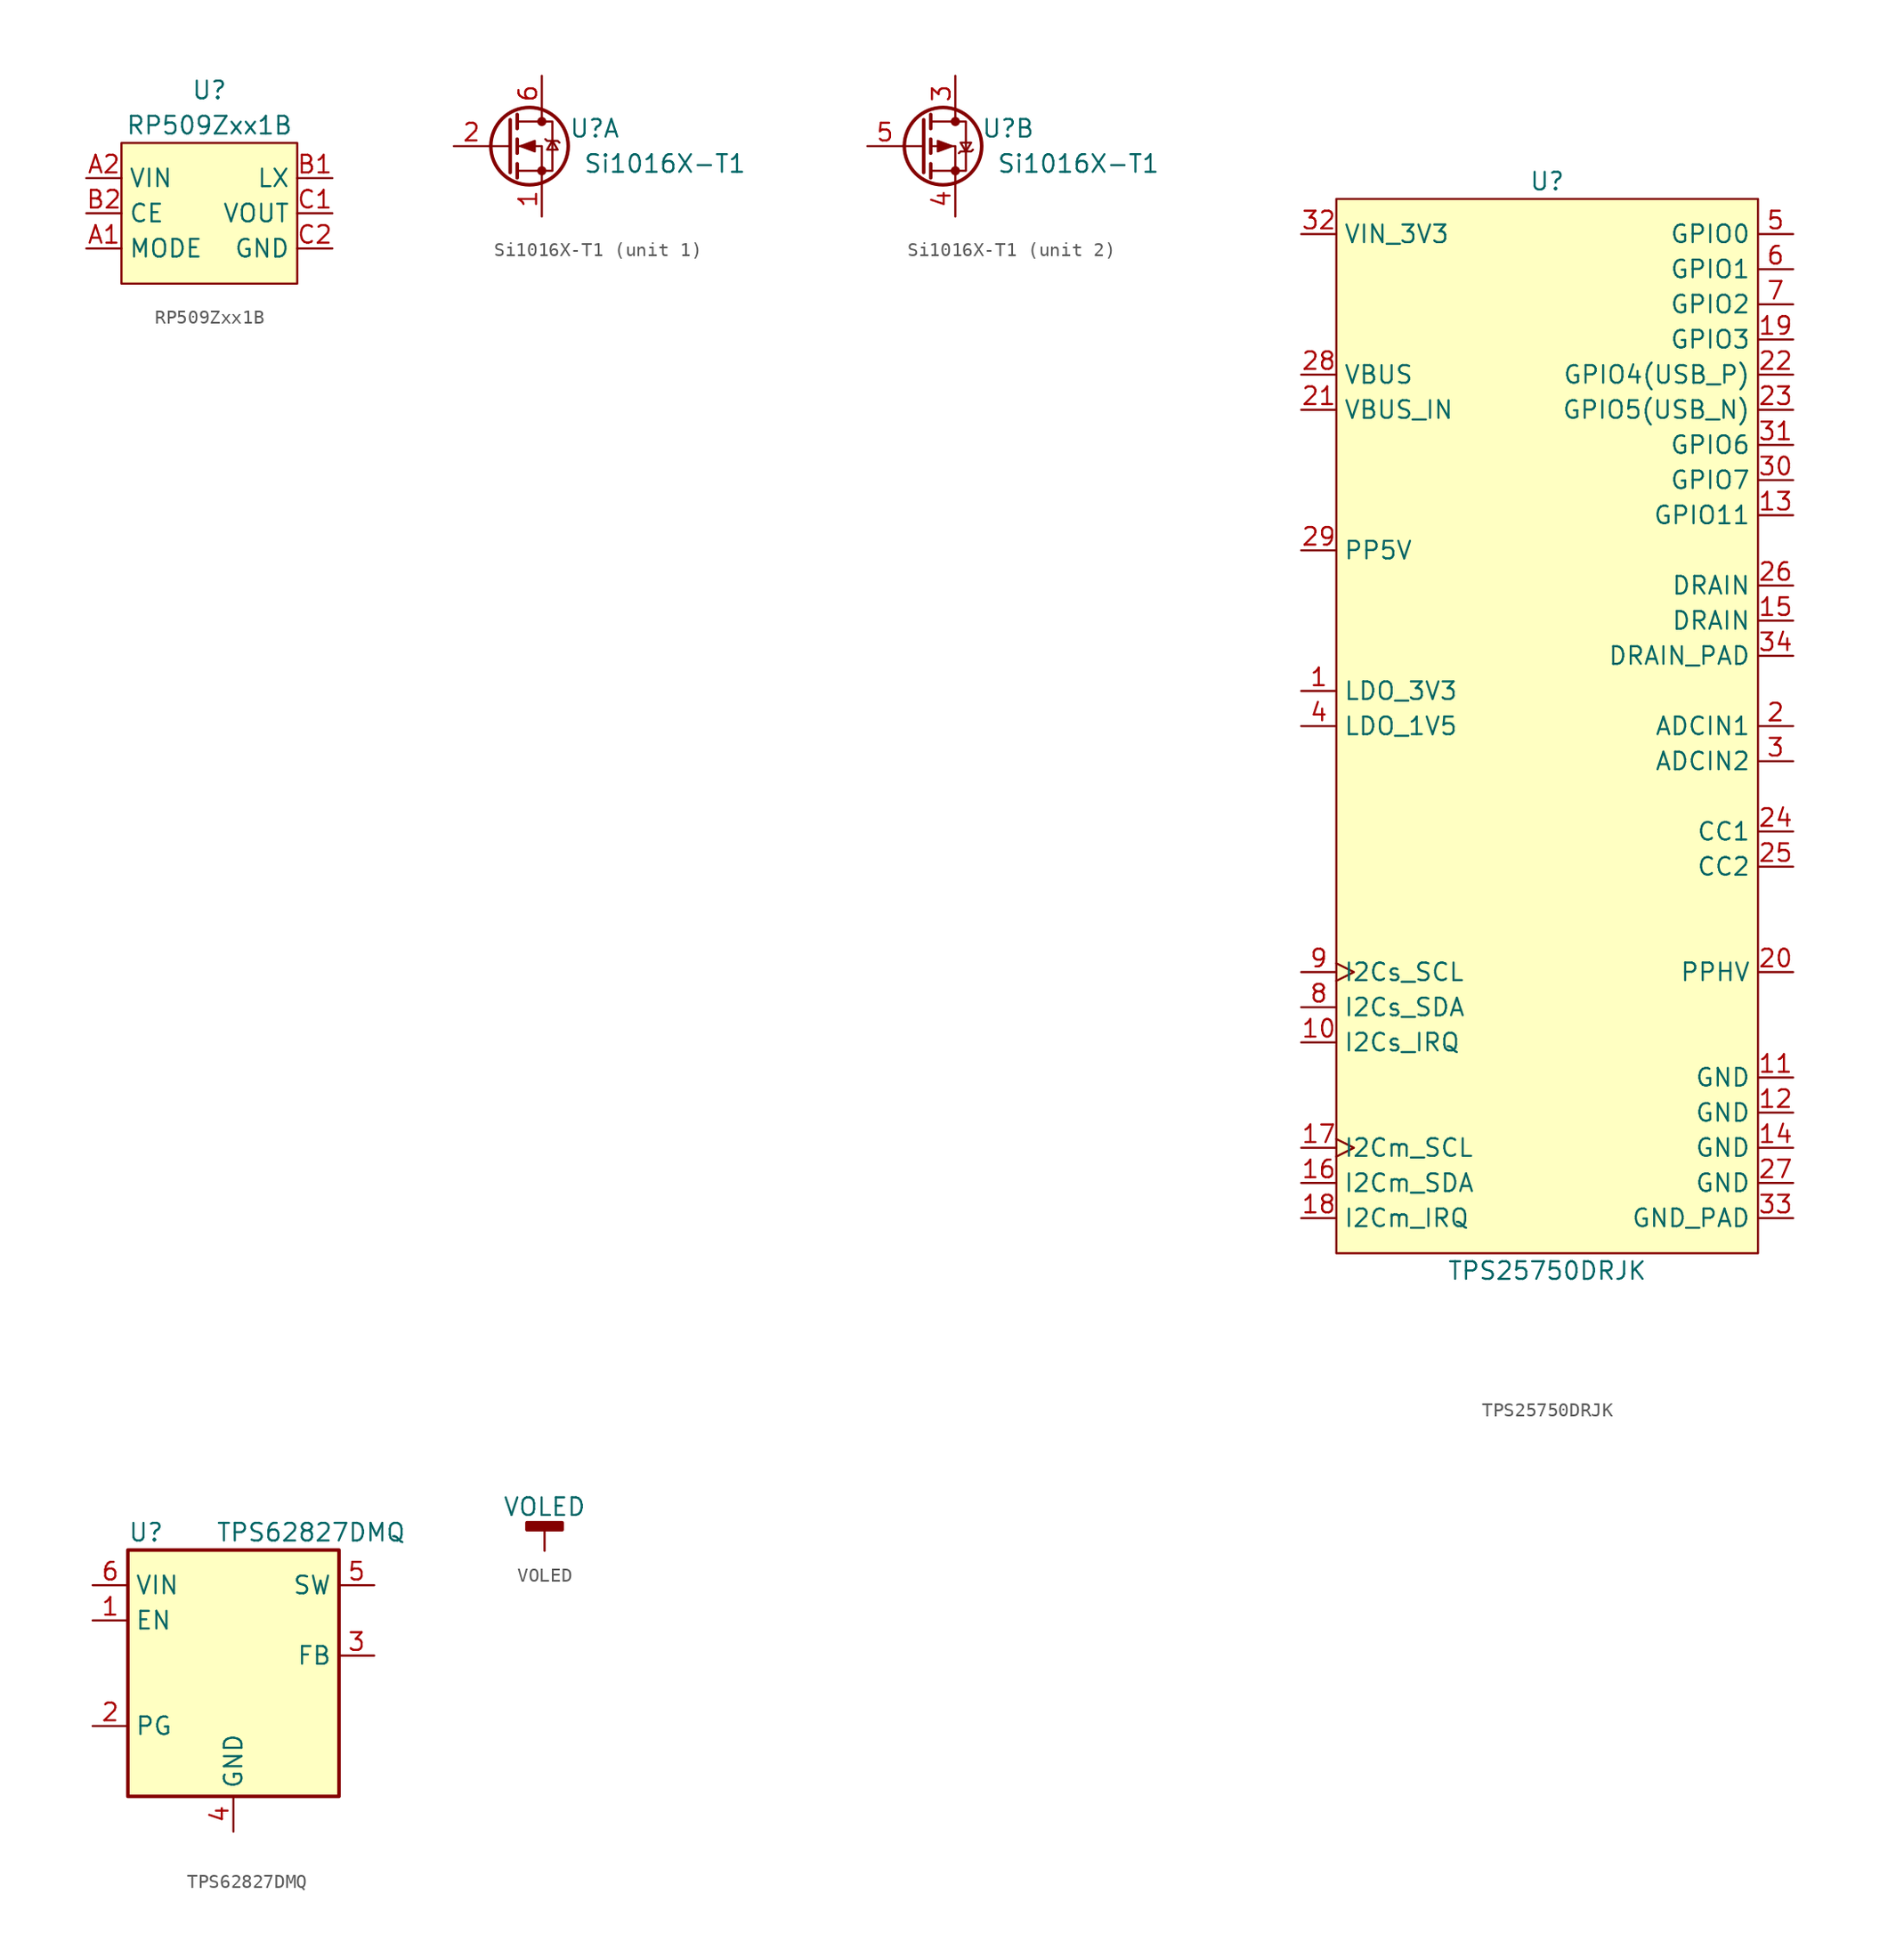
<source format=kicad_sym>
(kicad_symbol_lib
  (version 20211014)
  (generator kicad_symbol_editor)
  (symbol "RP509Zxx1B"
    (property "Reference" "U"
      (at 0 8.89 0)
      (effects (font (size 1.27 1.27))))
    (property "Value" "RP509Zxx1B"
      (at 0 6.35 0)
      (effects (font (size 1.27 1.27))))
    (symbol "RP509Zxx1B_0_1"
      (rectangle (start -6.35 5.08) (end 6.35 -5.08) (stroke (width 0) (type default) (color 0 0 0 0)) (fill (type background))))
    (symbol "RP509Zxx1B_1_1"
      (pin input line (at -8.89 -2.54 0) (length 2.54) (name "MODE" (effects (font (size 1.27 1.27)))) (number "A1" (effects (font (size 1.27 1.27)))))
      (pin input line (at -8.89 2.54 0) (length 2.54) (name "VIN" (effects (font (size 1.27 1.27)))) (number "A2" (effects (font (size 1.27 1.27)))))
      (pin input line (at 8.89 2.54 180) (length 2.54) (name "LX" (effects (font (size 1.27 1.27)))) (number "B1" (effects (font (size 1.27 1.27)))))
      (pin input line (at -8.89 0 0) (length 2.54) (name "CE" (effects (font (size 1.27 1.27)))) (number "B2" (effects (font (size 1.27 1.27)))))
      (pin input line (at 8.89 0 180) (length 2.54) (name "VOUT" (effects (font (size 1.27 1.27)))) (number "C1" (effects (font (size 1.27 1.27)))))
      (pin input line (at 8.89 -2.54 180) (length 2.54) (name "GND" (effects (font (size 1.27 1.27)))) (number "C2" (effects (font (size 1.27 1.27)))))))
  (symbol "Si1016X-T1"
    (pin_names hide)
    (property "Reference" "U"
      (at 3.81 1.27 0)
      (effects (font (size 1.27 1.27))))
    (property "Value" "Si1016X-T1"
      (at 8.89 -1.27 0)
      (effects (font (size 1.27 1.27))))
    (property "ki_locked" ""
      (at 0 0 0)
      (effects (font (size 1.27 1.27))))
    (symbol "Si1016X-T1_0_1"
      (circle (center -0.889 0) (radius 2.794) (stroke (width 0.254) (type default) (color 0 0 0 0)) (fill (type none)))
      (circle (center 0 -1.778) (radius 0.254) (stroke (width 0) (type default) (color 0 0 0 0)) (fill (type outline)))
      (polyline (pts (xy -2.286 0) (xy -3.81 0)) (stroke (width 0) (type default) (color 0 0 0 0)) (fill (type none)))
      (polyline (pts (xy -2.286 1.905) (xy -2.286 -1.905)) (stroke (width 0.254) (type default) (color 0 0 0 0)) (fill (type none)))
      (polyline (pts (xy -1.778 -1.27) (xy -1.778 -2.286)) (stroke (width 0.254) (type default) (color 0 0 0 0)) (fill (type none)))
      (polyline (pts (xy -1.778 0.508) (xy -1.778 -0.508)) (stroke (width 0.254) (type default) (color 0 0 0 0)) (fill (type none)))
      (polyline (pts (xy -1.778 2.286) (xy -1.778 1.27)) (stroke (width 0.254) (type default) (color 0 0 0 0)) (fill (type none)))
      (polyline (pts (xy 0 2.54) (xy 0 1.778)) (stroke (width 0) (type default) (color 0 0 0 0)) (fill (type none)))
      (circle (center 0 1.778) (radius 0.254) (stroke (width 0) (type default) (color 0 0 0 0)) (fill (type outline))))
    (symbol "Si1016X-T1_1_1"
      (polyline (pts (xy 0 -2.54) (xy 0 0) (xy -1.778 0)) (stroke (width 0) (type default) (color 0 0 0 0)) (fill (type none)))
      (polyline (pts (xy -1.778 -1.778) (xy 0.762 -1.778) (xy 0.762 1.778) (xy -1.778 1.778)) (stroke (width 0) (type default) (color 0 0 0 0)) (fill (type none)))
      (polyline (pts (xy -1.524 0) (xy -0.508 0.381) (xy -0.508 -0.381) (xy -1.524 0)) (stroke (width 0) (type default) (color 0 0 0 0)) (fill (type outline)))
      (polyline (pts (xy 0.254 0.508) (xy 0.381 0.381) (xy 1.143 0.381) (xy 1.27 0.254)) (stroke (width 0) (type default) (color 0 0 0 0)) (fill (type none)))
      (polyline (pts (xy 0.762 0.381) (xy 0.381 -0.254) (xy 1.143 -0.254) (xy 0.762 0.381)) (stroke (width 0) (type default) (color 0 0 0 0)) (fill (type none)))
      (pin input line (at 0 -5.08 90) (length 2.54) (name "S1" (effects (font (size 1.27 1.27)))) (number "1" (effects (font (size 1.27 1.27)))))
      (pin input line (at -6.35 0 0) (length 2.54) (name "G1" (effects (font (size 1.27 1.27)))) (number "2" (effects (font (size 1.27 1.27)))))
      (pin input line (at 0 5.08 270) (length 2.54) (name "D1" (effects (font (size 1.27 1.27)))) (number "6" (effects (font (size 1.27 1.27))))))
    (symbol "Si1016X-T1_2_1"
      (polyline (pts (xy 0 -2.54) (xy 0 0) (xy -1.778 0)) (stroke (width 0) (type default) (color 0 0 0 0)) (fill (type none)))
      (polyline (pts (xy -1.778 1.778) (xy 0.762 1.778) (xy 0.762 -1.778) (xy -1.778 -1.778)) (stroke (width 0) (type default) (color 0 0 0 0)) (fill (type none)))
      (polyline (pts (xy -0.254 0) (xy -1.27 0.381) (xy -1.27 -0.381) (xy -0.254 0)) (stroke (width 0) (type default) (color 0 0 0 0)) (fill (type outline)))
      (polyline (pts (xy 0.254 -0.508) (xy 0.381 -0.381) (xy 1.143 -0.381) (xy 1.27 -0.254)) (stroke (width 0) (type default) (color 0 0 0 0)) (fill (type none)))
      (polyline (pts (xy 0.762 -0.381) (xy 0.381 0.254) (xy 1.143 0.254) (xy 0.762 -0.381)) (stroke (width 0) (type default) (color 0 0 0 0)) (fill (type none)))
      (pin input line (at 0 5.08 270) (length 2.54) (name "D2" (effects (font (size 1.27 1.27)))) (number "3" (effects (font (size 1.27 1.27)))))
      (pin input line (at 0 -5.08 90) (length 2.54) (name "S2" (effects (font (size 1.27 1.27)))) (number "4" (effects (font (size 1.27 1.27)))))
      (pin input line (at -6.35 0 0) (length 2.54) (name "G2" (effects (font (size 1.27 1.27)))) (number "5" (effects (font (size 1.27 1.27)))))))
  (symbol "TPS25750DRJK"
    (property "Reference" "U"
      (at 0 39.37 0)
      (effects (font (size 1.27 1.27))))
    (property "Value" "TPS25750DRJK"
      (at 0 -39.37 0)
      (effects (font (size 1.27 1.27))))
    (symbol "TPS25750DRJK_0_1"
      (rectangle (start -15.24 38.1) (end 15.24 -38.1) (stroke (width 0) (type default) (color 0 0 0 0)) (fill (type background))))
    (symbol "TPS25750DRJK_1_1"
      (pin input line (at -17.78 2.54 0) (length 2.54) (name "LDO_3V3" (effects (font (size 1.27 1.27)))) (number "1" (effects (font (size 1.27 1.27)))))
      (pin input line (at -17.78 -22.86 0) (length 2.54) (name "I2Cs_IRQ" (effects (font (size 1.27 1.27)))) (number "10" (effects (font (size 1.27 1.27)))))
      (pin input line (at 17.78 -25.4 180) (length 2.54) (name "GND" (effects (font (size 1.27 1.27)))) (number "11" (effects (font (size 1.27 1.27)))))
      (pin input line (at 17.78 -27.94 180) (length 2.54) (name "GND" (effects (font (size 1.27 1.27)))) (number "12" (effects (font (size 1.27 1.27)))))
      (pin input line (at 17.78 15.24 180) (length 2.54) (name "GPIO11" (effects (font (size 1.27 1.27)))) (number "13" (effects (font (size 1.27 1.27)))))
      (pin input line (at 17.78 -30.48 180) (length 2.54) (name "GND" (effects (font (size 1.27 1.27)))) (number "14" (effects (font (size 1.27 1.27)))))
      (pin input line (at 17.78 7.62 180) (length 2.54) (name "DRAIN" (effects (font (size 1.27 1.27)))) (number "15" (effects (font (size 1.27 1.27)))))
      (pin input line (at -17.78 -33.02 0) (length 2.54) (name "I2Cm_SDA" (effects (font (size 1.27 1.27)))) (number "16" (effects (font (size 1.27 1.27)))))
      (pin input clock (at -17.78 -30.48 0) (length 2.54) (name "I2Cm_SCL" (effects (font (size 1.27 1.27)))) (number "17" (effects (font (size 1.27 1.27)))))
      (pin input line (at -17.78 -35.56 0) (length 2.54) (name "I2Cm_IRQ" (effects (font (size 1.27 1.27)))) (number "18" (effects (font (size 1.27 1.27)))))
      (pin input line (at 17.78 27.94 180) (length 2.54) (name "GPIO3" (effects (font (size 1.27 1.27)))) (number "19" (effects (font (size 1.27 1.27)))))
      (pin input line (at 17.78 0 180) (length 2.54) (name "ADCIN1" (effects (font (size 1.27 1.27)))) (number "2" (effects (font (size 1.27 1.27)))))
      (pin input line (at 17.78 -17.78 180) (length 2.54) (name "PPHV" (effects (font (size 1.27 1.27)))) (number "20" (effects (font (size 1.27 1.27)))))
      (pin input line (at -17.78 22.86 0) (length 2.54) (name "VBUS_IN" (effects (font (size 1.27 1.27)))) (number "21" (effects (font (size 1.27 1.27)))))
      (pin input line (at 17.78 25.4 180) (length 2.54) (name "GPIO4(USB_P)" (effects (font (size 1.27 1.27)))) (number "22" (effects (font (size 1.27 1.27)))))
      (pin input line (at 17.78 22.86 180) (length 2.54) (name "GPIO5(USB_N)" (effects (font (size 1.27 1.27)))) (number "23" (effects (font (size 1.27 1.27)))))
      (pin input line (at 17.78 -7.62 180) (length 2.54) (name "CC1" (effects (font (size 1.27 1.27)))) (number "24" (effects (font (size 1.27 1.27)))))
      (pin input line (at 17.78 -10.16 180) (length 2.54) (name "CC2" (effects (font (size 1.27 1.27)))) (number "25" (effects (font (size 1.27 1.27)))))
      (pin input line (at 17.78 10.16 180) (length 2.54) (name "DRAIN" (effects (font (size 1.27 1.27)))) (number "26" (effects (font (size 1.27 1.27)))))
      (pin input line (at 17.78 -33.02 180) (length 2.54) (name "GND" (effects (font (size 1.27 1.27)))) (number "27" (effects (font (size 1.27 1.27)))))
      (pin input line (at -17.78 25.4 0) (length 2.54) (name "VBUS" (effects (font (size 1.27 1.27)))) (number "28" (effects (font (size 1.27 1.27)))))
      (pin input line (at -17.78 12.7 0) (length 2.54) (name "PP5V" (effects (font (size 1.27 1.27)))) (number "29" (effects (font (size 1.27 1.27)))))
      (pin input line (at 17.78 -2.54 180) (length 2.54) (name "ADCIN2" (effects (font (size 1.27 1.27)))) (number "3" (effects (font (size 1.27 1.27)))))
      (pin input line (at 17.78 17.78 180) (length 2.54) (name "GPIO7" (effects (font (size 1.27 1.27)))) (number "30" (effects (font (size 1.27 1.27)))))
      (pin input line (at 17.78 20.32 180) (length 2.54) (name "GPIO6" (effects (font (size 1.27 1.27)))) (number "31" (effects (font (size 1.27 1.27)))))
      (pin input line (at -17.78 35.56 0) (length 2.54) (name "VIN_3V3" (effects (font (size 1.27 1.27)))) (number "32" (effects (font (size 1.27 1.27)))))
      (pin input line (at 17.78 -35.56 180) (length 2.54) (name "GND_PAD" (effects (font (size 1.27 1.27)))) (number "33" (effects (font (size 1.27 1.27)))))
      (pin input line (at 17.78 5.08 180) (length 2.54) (name "DRAIN_PAD" (effects (font (size 1.27 1.27)))) (number "34" (effects (font (size 1.27 1.27)))))
      (pin input line (at -17.78 0 0) (length 2.54) (name "LDO_1V5" (effects (font (size 1.27 1.27)))) (number "4" (effects (font (size 1.27 1.27)))))
      (pin input line (at 17.78 35.56 180) (length 2.54) (name "GPIO0" (effects (font (size 1.27 1.27)))) (number "5" (effects (font (size 1.27 1.27)))))
      (pin input line (at 17.78 33.02 180) (length 2.54) (name "GPIO1" (effects (font (size 1.27 1.27)))) (number "6" (effects (font (size 1.27 1.27)))))
      (pin input line (at 17.78 30.48 180) (length 2.54) (name "GPIO2" (effects (font (size 1.27 1.27)))) (number "7" (effects (font (size 1.27 1.27)))))
      (pin input line (at -17.78 -20.32 0) (length 2.54) (name "I2Cs_SDA" (effects (font (size 1.27 1.27)))) (number "8" (effects (font (size 1.27 1.27)))))
      (pin input clock (at -17.78 -17.78 0) (length 2.54) (name "I2Cs_SCL" (effects (font (size 1.27 1.27)))) (number "9" (effects (font (size 1.27 1.27)))))))
  (symbol "TPS62827DMQ"
    (property "Reference" "U"
      (at -7.62 11.43 0)
      (effects (font (size 1.27 1.27)) (justify left)))
    (property "Value" "TPS62827DMQ"
      (at -1.27 11.43 0)
      (effects (font (size 1.27 1.27)) (justify left)))
    (symbol "TPS62827DMQ_0_1"
      (rectangle (start -7.62 10.16) (end 7.62 -7.62) (stroke (width 0.254) (type default) (color 0 0 0 0)) (fill (type background))))
    (symbol "TPS62827DMQ_1_1"
      (pin input line (at -10.16 5.08 0) (length 2.54) (name "EN" (effects (font (size 1.27 1.27)))) (number "1" (effects (font (size 1.27 1.27)))))
      (pin open_collector line (at -10.16 -2.54 0) (length 2.54) (name "PG" (effects (font (size 1.27 1.27)))) (number "2" (effects (font (size 1.27 1.27)))))
      (pin input line (at 10.16 2.54 180) (length 2.54) (name "FB" (effects (font (size 1.27 1.27)))) (number "3" (effects (font (size 1.27 1.27)))))
      (pin power_in line (at 0 -10.16 90) (length 2.54) (name "GND" (effects (font (size 1.27 1.27)))) (number "4" (effects (font (size 1.27 1.27)))))
      (pin power_out line (at 10.16 7.62 180) (length 2.54) (name "SW" (effects (font (size 1.27 1.27)))) (number "5" (effects (font (size 1.27 1.27)))))
      (pin power_in line (at -10.16 7.62 0) (length 2.54) (name "VIN" (effects (font (size 1.27 1.27)))) (number "6" (effects (font (size 1.27 1.27)))))))
  (symbol "VOLED"
    (power)
    (pin_names
      (offset 0))
    (property "Reference" "#PWR"
      (at 0 -6.35 0)
      (effects (font (size 1.27 1.27)) hide))
    (property "Value" "VOLED"
      (at 0 0.635 0)
      (effects (font (size 1.27 1.27))))
    (symbol "VOLED_0_1"
      (polyline (pts (xy 0 -2.54) (xy 0 -1.016)) (stroke (width 0) (type default) (color 0 0 0 0)) (fill (type none)))
      (rectangle (start 1.27 -1.016) (end -1.27 -0.508) (stroke (width 0.254) (type default) (color 0 0 0 0)) (fill (type outline))))
    (symbol "VOLED_1_1"
      (pin power_out line (at 0 -2.54 90) (length 0) hide (name "VOLED" (effects (font (size 1.27 1.27)))) (number "1" (effects (font (size 1.27 1.27))))))))
</source>
